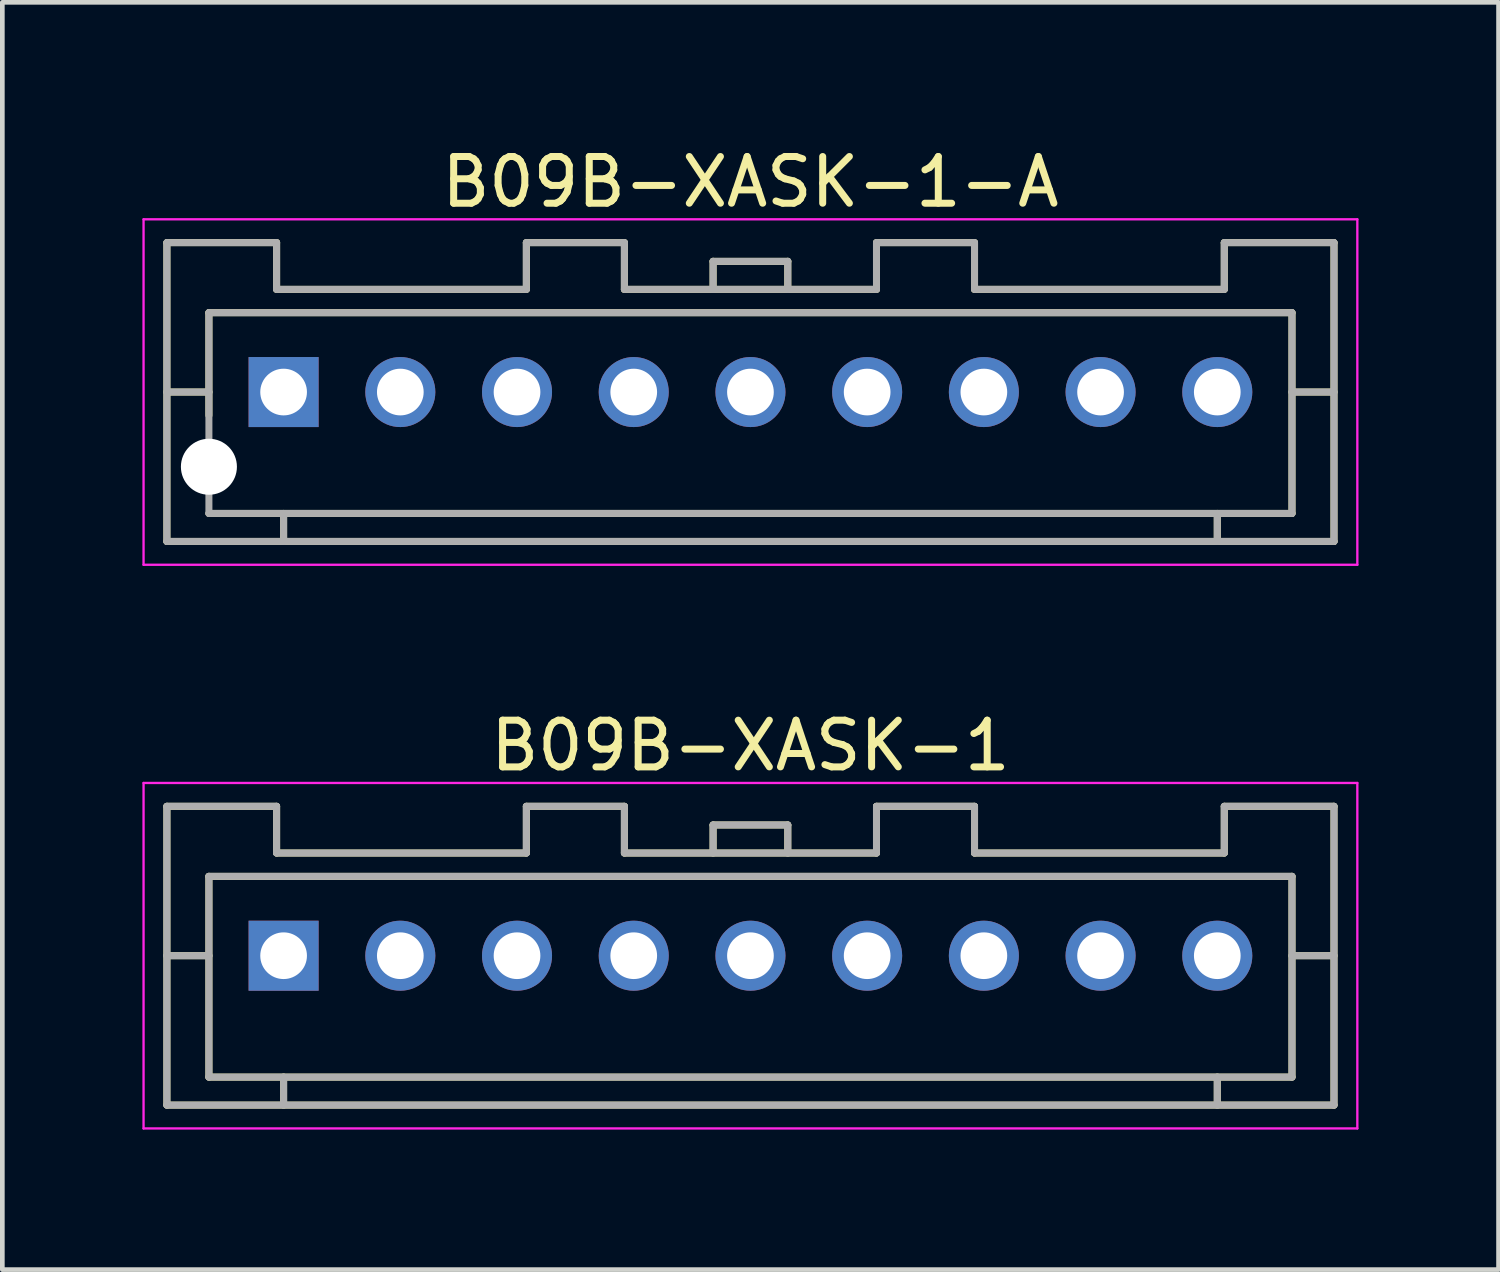
<source format=kicad_pcb>
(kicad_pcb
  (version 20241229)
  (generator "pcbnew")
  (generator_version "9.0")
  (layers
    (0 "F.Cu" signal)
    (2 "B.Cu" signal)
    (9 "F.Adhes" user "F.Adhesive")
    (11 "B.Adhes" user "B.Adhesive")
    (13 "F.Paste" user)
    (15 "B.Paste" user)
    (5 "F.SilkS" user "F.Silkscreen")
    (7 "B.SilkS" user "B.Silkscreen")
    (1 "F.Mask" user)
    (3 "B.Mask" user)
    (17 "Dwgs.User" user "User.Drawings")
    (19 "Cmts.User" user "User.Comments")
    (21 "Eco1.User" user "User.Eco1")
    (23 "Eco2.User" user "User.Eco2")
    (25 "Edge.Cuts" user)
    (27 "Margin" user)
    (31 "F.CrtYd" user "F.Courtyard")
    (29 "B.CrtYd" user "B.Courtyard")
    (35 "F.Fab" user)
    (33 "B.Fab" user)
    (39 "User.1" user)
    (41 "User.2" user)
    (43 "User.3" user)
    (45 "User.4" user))
  (footprint "B09B-XASK-1-A"
    (layer "F.Cu")
    (at 13.025 5.348)
    (property "Reference" "B09B-XASK-1-A" (at 0 -4.5 0) (layer "F.SilkS") (effects (font (size 1 1) (thickness 0.15))))
    (attr smd)
    (fp_line (start -12.5 -3.2) (end -12.5 3.2) (stroke (width 0.15) (type solid)) (layer "F.SilkS"))
    (fp_line (start -12.5 -3.2) (end -10.15 -3.2) (stroke (width 0.15) (type solid)) (layer "F.SilkS"))
    (fp_line (start -12.5 0) (end -11.6 0) (stroke (width 0.15) (type solid)) (layer "F.SilkS"))
    (fp_line (start -12.5 3.2) (end 12.5 3.2) (stroke (width 0.15) (type solid)) (layer "F.SilkS"))
    (fp_line (start -11.6 -1.7) (end -11.6 0.5) (stroke (width 0.15) (type solid)) (layer "F.SilkS"))
    (fp_line (start -11.6 -1.7) (end 11.6 -1.7) (stroke (width 0.15) (type solid)) (layer "F.SilkS"))
    (fp_line (start -11.6 2.6) (end 11.6 2.6) (stroke (width 0.15) (type solid)) (layer "F.SilkS"))
    (fp_line (start -10.15 -3.2) (end -10.15 -2.2) (stroke (width 0.15) (type solid)) (layer "F.SilkS"))
    (fp_line (start -10.15 -2.2) (end -4.8 -2.2) (stroke (width 0.15) (type solid)) (layer "F.SilkS"))
    (fp_line (start -10 2.6) (end -10 3.2) (stroke (width 0.15) (type solid)) (layer "F.SilkS"))
    (fp_line (start -4.8 -3.2) (end -4.8 -2.2) (stroke (width 0.15) (type solid)) (layer "F.SilkS"))
    (fp_line (start -4.8 -3.2) (end -2.7 -3.2) (stroke (width 0.15) (type solid)) (layer "F.SilkS"))
    (fp_line (start -2.7 -3.2) (end -2.7 -2.2) (stroke (width 0.15) (type solid)) (layer "F.SilkS"))
    (fp_line (start -2.7 -2.2) (end 2.7 -2.2) (stroke (width 0.15) (type solid)) (layer "F.SilkS"))
    (fp_line (start -0.8 -2.8) (end -0.8 -2.2) (stroke (width 0.15) (type solid)) (layer "F.SilkS"))
    (fp_line (start -0.8 -2.8) (end 0.8 -2.8) (stroke (width 0.15) (type solid)) (layer "F.SilkS"))
    (fp_line (start 0.8 -2.8) (end 0.8 -2.2) (stroke (width 0.15) (type solid)) (layer "F.SilkS"))
    (fp_line (start 2.7 -3.2) (end 2.7 -2.2) (stroke (width 0.15) (type solid)) (layer "F.SilkS"))
    (fp_line (start 2.7 -3.2) (end 4.8 -3.2) (stroke (width 0.15) (type solid)) (layer "F.SilkS"))
    (fp_line (start 4.8 -3.2) (end 4.8 -2.2) (stroke (width 0.15) (type solid)) (layer "F.SilkS"))
    (fp_line (start 4.8 -2.2) (end 10.15 -2.2) (stroke (width 0.15) (type solid)) (layer "F.SilkS"))
    (fp_line (start 10 2.6) (end 10 3.2) (stroke (width 0.15) (type solid)) (layer "F.SilkS"))
    (fp_line (start 10.15 -3.2) (end 10.15 -2.2) (stroke (width 0.15) (type solid)) (layer "F.SilkS"))
    (fp_line (start 10.15 -3.2) (end 12.5 -3.2) (stroke (width 0.15) (type solid)) (layer "F.SilkS"))
    (fp_line (start 11.6 -1.7) (end 11.6 2.6) (stroke (width 0.15) (type solid)) (layer "F.SilkS"))
    (fp_line (start 11.6 0) (end 12.5 0) (stroke (width 0.15) (type solid)) (layer "F.SilkS"))
    (fp_line (start 12.5 -3.2) (end 12.5 3.2) (stroke (width 0.15) (type solid)) (layer "F.SilkS"))
    (fp_line (start -13 -3.7) (end -13 3.7) (stroke (width 0.05) (type solid)) (layer "F.CrtYd"))
    (fp_line (start -13 -3.7) (end 13 -3.7) (stroke (width 0.05) (type solid)) (layer "F.CrtYd"))
    (fp_line (start -13 3.7) (end 13 3.7) (stroke (width 0.05) (type solid)) (layer "F.CrtYd"))
    (fp_line (start 13 -3.7) (end 13 3.7) (stroke (width 0.05) (type solid)) (layer "F.CrtYd"))
    (fp_line (start -12.5 -3.2) (end -12.5 3.2) (stroke (width 0.15) (type solid)) (layer "F.Fab"))
    (fp_line (start -12.5 -3.2) (end -10.15 -3.2) (stroke (width 0.15) (type solid)) (layer "F.Fab"))
    (fp_line (start -12.5 0) (end -11.6 0) (stroke (width 0.15) (type solid)) (layer "F.Fab"))
    (fp_line (start -12.5 3.2) (end 12.5 3.2) (stroke (width 0.15) (type solid)) (layer "F.Fab"))
    (fp_line (start -11.6 -1.7) (end -11.6 2.6) (stroke (width 0.15) (type solid)) (layer "F.Fab"))
    (fp_line (start -11.6 -1.7) (end 11.6 -1.7) (stroke (width 0.15) (type solid)) (layer "F.Fab"))
    (fp_line (start -11.6 2.6) (end 11.6 2.6) (stroke (width 0.15) (type solid)) (layer "F.Fab"))
    (fp_line (start -10.15 -3.2) (end -10.15 -2.2) (stroke (width 0.15) (type solid)) (layer "F.Fab"))
    (fp_line (start -10.15 -2.2) (end -4.8 -2.2) (stroke (width 0.15) (type solid)) (layer "F.Fab"))
    (fp_line (start -10 2.6) (end -10 3.2) (stroke (width 0.15) (type solid)) (layer "F.Fab"))
    (fp_line (start -4.8 -3.2) (end -4.8 -2.2) (stroke (width 0.15) (type solid)) (layer "F.Fab"))
    (fp_line (start -4.8 -3.2) (end -2.7 -3.2) (stroke (width 0.15) (type solid)) (layer "F.Fab"))
    (fp_line (start -2.7 -3.2) (end -2.7 -2.2) (stroke (width 0.15) (type solid)) (layer "F.Fab"))
    (fp_line (start -2.7 -2.2) (end 2.7 -2.2) (stroke (width 0.15) (type solid)) (layer "F.Fab"))
    (fp_line (start -0.8 -2.8) (end -0.8 -2.2) (stroke (width 0.15) (type solid)) (layer "F.Fab"))
    (fp_line (start -0.8 -2.8) (end 0.8 -2.8) (stroke (width 0.15) (type solid)) (layer "F.Fab"))
    (fp_line (start 0.8 -2.8) (end 0.8 -2.2) (stroke (width 0.15) (type solid)) (layer "F.Fab"))
    (fp_line (start 2.7 -3.2) (end 2.7 -2.2) (stroke (width 0.15) (type solid)) (layer "F.Fab"))
    (fp_line (start 2.7 -3.2) (end 4.8 -3.2) (stroke (width 0.15) (type solid)) (layer "F.Fab"))
    (fp_line (start 4.8 -3.2) (end 4.8 -2.2) (stroke (width 0.15) (type solid)) (layer "F.Fab"))
    (fp_line (start 4.8 -2.2) (end 10.15 -2.2) (stroke (width 0.15) (type solid)) (layer "F.Fab"))
    (fp_line (start 10 2.6) (end 10 3.2) (stroke (width 0.15) (type solid)) (layer "F.Fab"))
    (fp_line (start 10.15 -3.2) (end 10.15 -2.2) (stroke (width 0.15) (type solid)) (layer "F.Fab"))
    (fp_line (start 10.15 -3.2) (end 12.5 -3.2) (stroke (width 0.15) (type solid)) (layer "F.Fab"))
    (fp_line (start 11.6 -1.7) (end 11.6 2.6) (stroke (width 0.15) (type solid)) (layer "F.Fab"))
    (fp_line (start 11.6 0) (end 12.5 0) (stroke (width 0.15) (type solid)) (layer "F.Fab"))
    (fp_line (start 12.5 -3.2) (end 12.5 3.2) (stroke (width 0.15) (type solid)) (layer "F.Fab"))
    (pad "" np_thru_hole circle (at -11.6 1.6) (size 1.2 1.2) (drill 1.2) (layers "*.Cu" "*.Mask"))
    (pad "1" thru_hole rect (at -10 0) (size 1.5 1.5) (drill 1) (layers "*.Cu" "*.Mask"))
    (pad "2" thru_hole circle (at -7.5 0) (size 1.5 1.5) (drill 1) (layers "*.Cu" "*.Mask"))
    (pad "3" thru_hole circle (at -5 0) (size 1.5 1.5) (drill 1) (layers "*.Cu" "*.Mask"))
    (pad "4" thru_hole circle (at -2.5 0) (size 1.5 1.5) (drill 1) (layers "*.Cu" "*.Mask"))
    (pad "5" thru_hole circle (at 0 0) (size 1.5 1.5) (drill 1) (layers "*.Cu" "*.Mask"))
    (pad "6" thru_hole circle (at 2.5 0) (size 1.5 1.5) (drill 1) (layers "*.Cu" "*.Mask"))
    (pad "7" thru_hole circle (at 5 0) (size 1.5 1.5) (drill 1) (layers "*.Cu" "*.Mask"))
    (pad "8" thru_hole circle (at 7.5 0) (size 1.5 1.5) (drill 1) (layers "*.Cu" "*.Mask"))
    (pad "9" thru_hole circle (at 10 0) (size 1.5 1.5) (drill 1) (layers "*.Cu" "*.Mask")))
  (footprint "B09B-XASK-1"
    (layer "F.Cu")
    (at 13.025 17.422)
    (property "Reference" "B09B-XASK-1" (at 0 -4.5 0) (layer "F.SilkS") (effects (font (size 1 1) (thickness 0.15))))
    (attr smd)
    (fp_line (start -12.5 -3.2) (end -12.5 3.2) (stroke (width 0.15) (type solid)) (layer "F.SilkS"))
    (fp_line (start -12.5 -3.2) (end -10.15 -3.2) (stroke (width 0.15) (type solid)) (layer "F.SilkS"))
    (fp_line (start -12.5 0) (end -11.6 0) (stroke (width 0.15) (type solid)) (layer "F.SilkS"))
    (fp_line (start -12.5 3.2) (end 12.5 3.2) (stroke (width 0.15) (type solid)) (layer "F.SilkS"))
    (fp_line (start -11.6 -1.7) (end -11.6 2.6) (stroke (width 0.15) (type solid)) (layer "F.SilkS"))
    (fp_line (start -11.6 -1.7) (end 11.6 -1.7) (stroke (width 0.15) (type solid)) (layer "F.SilkS"))
    (fp_line (start -11.6 2.6) (end 11.6 2.6) (stroke (width 0.15) (type solid)) (layer "F.SilkS"))
    (fp_line (start -10.15 -3.2) (end -10.15 -2.2) (stroke (width 0.15) (type solid)) (layer "F.SilkS"))
    (fp_line (start -10.15 -2.2) (end -4.8 -2.2) (stroke (width 0.15) (type solid)) (layer "F.SilkS"))
    (fp_line (start -10 2.6) (end -10 3.2) (stroke (width 0.15) (type solid)) (layer "F.SilkS"))
    (fp_line (start -4.8 -3.2) (end -4.8 -2.2) (stroke (width 0.15) (type solid)) (layer "F.SilkS"))
    (fp_line (start -4.8 -3.2) (end -2.7 -3.2) (stroke (width 0.15) (type solid)) (layer "F.SilkS"))
    (fp_line (start -2.7 -3.2) (end -2.7 -2.2) (stroke (width 0.15) (type solid)) (layer "F.SilkS"))
    (fp_line (start -2.7 -2.2) (end 2.7 -2.2) (stroke (width 0.15) (type solid)) (layer "F.SilkS"))
    (fp_line (start -0.8 -2.8) (end -0.8 -2.2) (stroke (width 0.15) (type solid)) (layer "F.SilkS"))
    (fp_line (start -0.8 -2.8) (end 0.8 -2.8) (stroke (width 0.15) (type solid)) (layer "F.SilkS"))
    (fp_line (start 0.8 -2.8) (end 0.8 -2.2) (stroke (width 0.15) (type solid)) (layer "F.SilkS"))
    (fp_line (start 2.7 -3.2) (end 2.7 -2.2) (stroke (width 0.15) (type solid)) (layer "F.SilkS"))
    (fp_line (start 2.7 -3.2) (end 4.8 -3.2) (stroke (width 0.15) (type solid)) (layer "F.SilkS"))
    (fp_line (start 4.8 -3.2) (end 4.8 -2.2) (stroke (width 0.15) (type solid)) (layer "F.SilkS"))
    (fp_line (start 4.8 -2.2) (end 10.15 -2.2) (stroke (width 0.15) (type solid)) (layer "F.SilkS"))
    (fp_line (start 10 2.6) (end 10 3.2) (stroke (width 0.15) (type solid)) (layer "F.SilkS"))
    (fp_line (start 10.15 -3.2) (end 10.15 -2.2) (stroke (width 0.15) (type solid)) (layer "F.SilkS"))
    (fp_line (start 10.15 -3.2) (end 12.5 -3.2) (stroke (width 0.15) (type solid)) (layer "F.SilkS"))
    (fp_line (start 11.6 -1.7) (end 11.6 2.6) (stroke (width 0.15) (type solid)) (layer "F.SilkS"))
    (fp_line (start 11.6 0) (end 12.5 0) (stroke (width 0.15) (type solid)) (layer "F.SilkS"))
    (fp_line (start 12.5 -3.2) (end 12.5 3.2) (stroke (width 0.15) (type solid)) (layer "F.SilkS"))
    (fp_line (start -13 -3.7) (end -13 3.7) (stroke (width 0.05) (type solid)) (layer "F.CrtYd"))
    (fp_line (start -13 -3.7) (end 13 -3.7) (stroke (width 0.05) (type solid)) (layer "F.CrtYd"))
    (fp_line (start -13 3.7) (end 13 3.7) (stroke (width 0.05) (type solid)) (layer "F.CrtYd"))
    (fp_line (start 13 -3.7) (end 13 3.7) (stroke (width 0.05) (type solid)) (layer "F.CrtYd"))
    (fp_line (start -12.5 -3.2) (end -12.5 3.2) (stroke (width 0.15) (type solid)) (layer "F.Fab"))
    (fp_line (start -12.5 -3.2) (end -10.15 -3.2) (stroke (width 0.15) (type solid)) (layer "F.Fab"))
    (fp_line (start -12.5 0) (end -11.6 0) (stroke (width 0.15) (type solid)) (layer "F.Fab"))
    (fp_line (start -12.5 3.2) (end 12.5 3.2) (stroke (width 0.15) (type solid)) (layer "F.Fab"))
    (fp_line (start -11.6 -1.7) (end -11.6 2.6) (stroke (width 0.15) (type solid)) (layer "F.Fab"))
    (fp_line (start -11.6 -1.7) (end 11.6 -1.7) (stroke (width 0.15) (type solid)) (layer "F.Fab"))
    (fp_line (start -11.6 2.6) (end 11.6 2.6) (stroke (width 0.15) (type solid)) (layer "F.Fab"))
    (fp_line (start -10.15 -3.2) (end -10.15 -2.2) (stroke (width 0.15) (type solid)) (layer "F.Fab"))
    (fp_line (start -10.15 -2.2) (end -4.8 -2.2) (stroke (width 0.15) (type solid)) (layer "F.Fab"))
    (fp_line (start -10 2.6) (end -10 3.2) (stroke (width 0.15) (type solid)) (layer "F.Fab"))
    (fp_line (start -4.8 -3.2) (end -4.8 -2.2) (stroke (width 0.15) (type solid)) (layer "F.Fab"))
    (fp_line (start -4.8 -3.2) (end -2.7 -3.2) (stroke (width 0.15) (type solid)) (layer "F.Fab"))
    (fp_line (start -2.7 -3.2) (end -2.7 -2.2) (stroke (width 0.15) (type solid)) (layer "F.Fab"))
    (fp_line (start -2.7 -2.2) (end 2.7 -2.2) (stroke (width 0.15) (type solid)) (layer "F.Fab"))
    (fp_line (start -0.8 -2.8) (end -0.8 -2.2) (stroke (width 0.15) (type solid)) (layer "F.Fab"))
    (fp_line (start -0.8 -2.8) (end 0.8 -2.8) (stroke (width 0.15) (type solid)) (layer "F.Fab"))
    (fp_line (start 0.8 -2.8) (end 0.8 -2.2) (stroke (width 0.15) (type solid)) (layer "F.Fab"))
    (fp_line (start 2.7 -3.2) (end 2.7 -2.2) (stroke (width 0.15) (type solid)) (layer "F.Fab"))
    (fp_line (start 2.7 -3.2) (end 4.8 -3.2) (stroke (width 0.15) (type solid)) (layer "F.Fab"))
    (fp_line (start 4.8 -3.2) (end 4.8 -2.2) (stroke (width 0.15) (type solid)) (layer "F.Fab"))
    (fp_line (start 4.8 -2.2) (end 10.15 -2.2) (stroke (width 0.15) (type solid)) (layer "F.Fab"))
    (fp_line (start 10 2.6) (end 10 3.2) (stroke (width 0.15) (type solid)) (layer "F.Fab"))
    (fp_line (start 10.15 -3.2) (end 10.15 -2.2) (stroke (width 0.15) (type solid)) (layer "F.Fab"))
    (fp_line (start 10.15 -3.2) (end 12.5 -3.2) (stroke (width 0.15) (type solid)) (layer "F.Fab"))
    (fp_line (start 11.6 -1.7) (end 11.6 2.6) (stroke (width 0.15) (type solid)) (layer "F.Fab"))
    (fp_line (start 11.6 0) (end 12.5 0) (stroke (width 0.15) (type solid)) (layer "F.Fab"))
    (fp_line (start 12.5 -3.2) (end 12.5 3.2) (stroke (width 0.15) (type solid)) (layer "F.Fab"))
    (pad "1" thru_hole rect (at -10 0) (size 1.5 1.5) (drill 1) (layers "*.Cu" "*.Mask"))
    (pad "2" thru_hole circle (at -7.5 0) (size 1.5 1.5) (drill 1) (layers "*.Cu" "*.Mask"))
    (pad "3" thru_hole circle (at -5 0) (size 1.5 1.5) (drill 1) (layers "*.Cu" "*.Mask"))
    (pad "4" thru_hole circle (at -2.5 0) (size 1.5 1.5) (drill 1) (layers "*.Cu" "*.Mask"))
    (pad "5" thru_hole circle (at 0 0) (size 1.5 1.5) (drill 1) (layers "*.Cu" "*.Mask"))
    (pad "6" thru_hole circle (at 2.5 0) (size 1.5 1.5) (drill 1) (layers "*.Cu" "*.Mask"))
    (pad "7" thru_hole circle (at 5 0) (size 1.5 1.5) (drill 1) (layers "*.Cu" "*.Mask"))
    (pad "8" thru_hole circle (at 7.5 0) (size 1.5 1.5) (drill 1) (layers "*.Cu" "*.Mask"))
    (pad "9" thru_hole circle (at 10 0) (size 1.5 1.5) (drill 1) (layers "*.Cu" "*.Mask")))
  (gr_rect
    (start -3 -3)
    (end 29.05 24.146)
    (stroke (width 0.1) (type default))
    (fill no)
    (layer "Edge.Cuts")))
</source>
